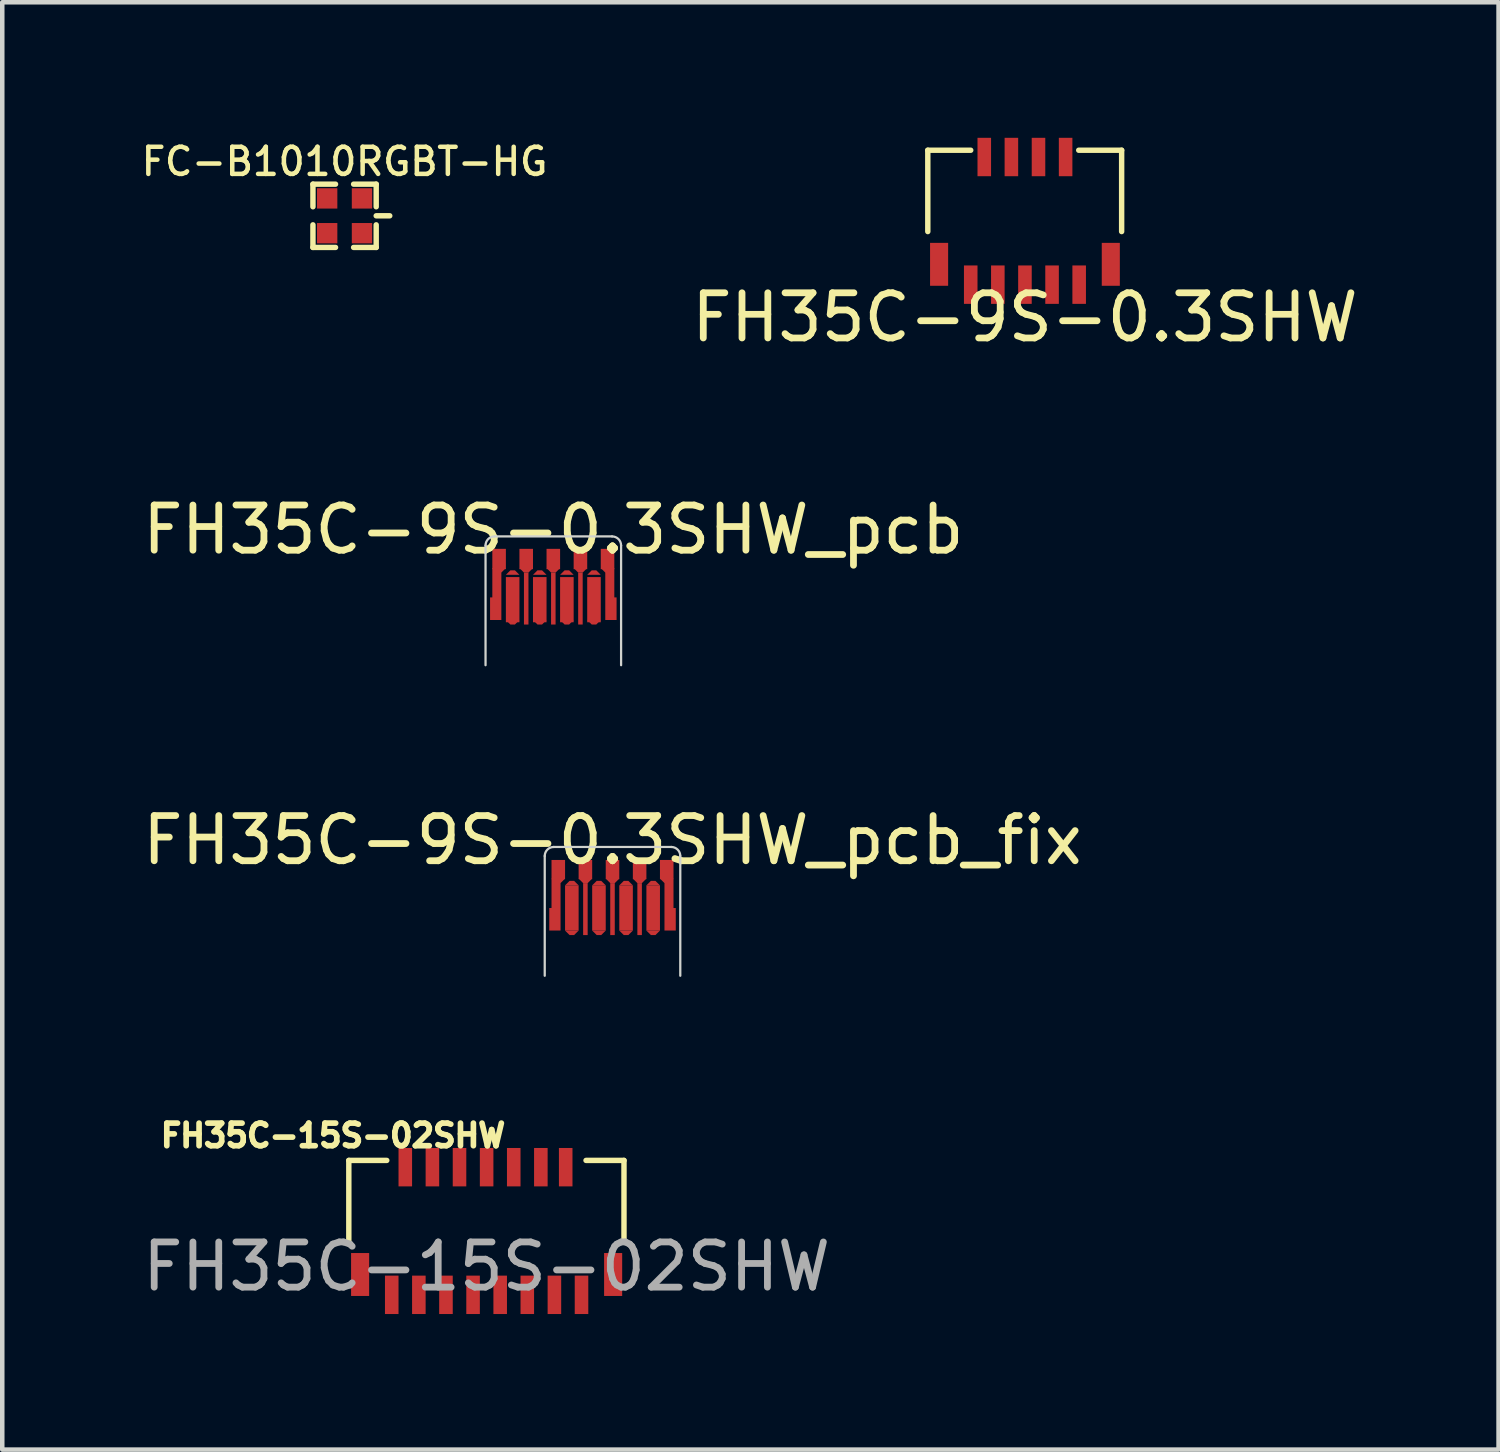
<source format=kicad_pcb>
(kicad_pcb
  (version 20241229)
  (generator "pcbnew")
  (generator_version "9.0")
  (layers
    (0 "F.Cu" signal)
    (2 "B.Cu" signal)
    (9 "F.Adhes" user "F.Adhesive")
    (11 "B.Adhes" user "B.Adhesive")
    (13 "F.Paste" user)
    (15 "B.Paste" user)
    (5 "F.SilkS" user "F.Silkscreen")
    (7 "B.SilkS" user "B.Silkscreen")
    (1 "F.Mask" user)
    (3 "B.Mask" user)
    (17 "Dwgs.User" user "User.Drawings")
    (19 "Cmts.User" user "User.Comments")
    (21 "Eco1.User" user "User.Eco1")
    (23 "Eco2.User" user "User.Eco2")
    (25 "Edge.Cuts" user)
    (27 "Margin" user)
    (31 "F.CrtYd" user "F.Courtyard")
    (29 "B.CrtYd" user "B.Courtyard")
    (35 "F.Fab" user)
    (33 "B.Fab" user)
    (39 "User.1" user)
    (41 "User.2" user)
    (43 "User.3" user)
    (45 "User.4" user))
  (footprint "FH35C-15S-02SHW"
    (layer "F.Cu")
    (at 7.72 24.182)
    (property "Reference" "FH35C-15S-02SHW" (at -3.4 -2.1 0) (unlocked yes) (layer "F.SilkS") (effects (font (size 0.5 0.5) (thickness 0.125))))
    (attr smd)
    (fp_line (start -3.05 -1.55) (end -2.21 -1.55) (stroke (width 0.12) (type solid)) (layer "F.SilkS"))
    (fp_line (start -3.05 0.25) (end -3.05 -1.55) (stroke (width 0.12) (type solid)) (layer "F.SilkS"))
    (fp_line (start 2.2 -1.55) (end 3.04 -1.55) (stroke (width 0.12) (type solid)) (layer "F.SilkS"))
    (fp_line (start 3.04 0.25) (end 3.04 -1.55) (stroke (width 0.12) (type solid)) (layer "F.SilkS"))
    (fp_text user "${REFERENCE}" (at 0 0.8 0) (unlocked yes) (layer "F.Fab") (effects (font (size 1 1) (thickness 0.15))))
    (pad "1" smd rect (at 2.1 1.425) (size 0.3 0.85) (layers "F.Cu" "F.Mask" "F.Paste"))
    (pad "2" smd rect (at 1.75 -1.4) (size 0.3 0.85) (layers "F.Cu" "F.Mask" "F.Paste"))
    (pad "3" smd rect (at 1.5 1.425) (size 0.3 0.85) (layers "F.Cu" "F.Mask" "F.Paste"))
    (pad "4" smd rect (at 1.2 -1.4) (size 0.3 0.85) (layers "F.Cu" "F.Mask" "F.Paste"))
    (pad "5" smd rect (at 0.9 1.425) (size 0.3 0.85) (layers "F.Cu" "F.Mask" "F.Paste"))
    (pad "6" smd rect (at 0.6 -1.4) (size 0.3 0.85) (layers "F.Cu" "F.Mask" "F.Paste"))
    (pad "7" smd rect (at 0.3 1.425) (size 0.3 0.85) (layers "F.Cu" "F.Mask" "F.Paste"))
    (pad "8" smd rect (at 0 -1.4) (size 0.3 0.85) (layers "F.Cu" "F.Mask" "F.Paste"))
    (pad "9" smd rect (at -0.3 1.425) (size 0.3 0.85) (layers "F.Cu" "F.Mask" "F.Paste"))
    (pad "10" smd rect (at -0.6 -1.4) (size 0.3 0.85) (layers "F.Cu" "F.Mask" "F.Paste"))
    (pad "11" smd rect (at -0.9 1.425) (size 0.3 0.85) (layers "F.Cu" "F.Mask" "F.Paste"))
    (pad "12" smd rect (at -1.2 -1.4) (size 0.3 0.85) (layers "F.Cu" "F.Mask" "F.Paste"))
    (pad "13" smd rect (at -1.5 1.425) (size 0.3 0.85) (layers "F.Cu" "F.Mask" "F.Paste"))
    (pad "14" smd rect (at -1.8 -1.4) (size 0.3 0.85) (layers "F.Cu" "F.Mask" "F.Paste"))
    (pad "15" smd rect (at -2.1 1.425) (size 0.3 0.85) (layers "F.Cu" "F.Mask" "F.Paste"))
    (pad "MP" smd rect (at -2.8 0.975) (size 0.4 0.95) (layers "F.Cu" "F.Mask" "F.Paste"))
    (pad "MP" smd rect (at 2.8 0.975) (size 0.4 0.95) (layers "F.Cu" "F.Mask" "F.Paste")))
  (footprint "FH35C-9S-0.3SHW_pcb"
    (layer "F.Cu")
    (at 9.196 8.822)
    (property "Reference" "FH35C-9S-0.3SHW_pcb" (at 0 -0.15 0) (unlocked yes) (layer "F.SilkS") (effects (font (size 1 1) (thickness 0.15))))
    (fp_poly (pts (xy -0.95 0.75) (xy -0.85 0.75) (xy -0.75 0.85) (xy -1.05 0.85)) (stroke (width 0) (type solid)) (fill yes) (layer "F.Cu"))
    (fp_poly (pts (xy -0.85 1.95) (xy -0.95 1.95) (xy -1.05 1.85) (xy -0.75 1.85)) (stroke (width 0) (type solid)) (fill yes) (layer "F.Cu"))
    (fp_poly (pts (xy -0.55 0.8) (xy -0.65 0.8) (xy -0.75 0.7) (xy -0.45 0.7)) (stroke (width 0) (type solid)) (fill yes) (layer "F.Cu"))
    (fp_poly (pts (xy -0.55 1.95) (xy -0.65 1.95) (xy -0.65 0.8) (xy -0.55 0.8)) (stroke (width 0) (type solid)) (fill yes) (layer "F.Cu"))
    (fp_poly (pts (xy -0.35 0.75) (xy -0.25 0.75) (xy -0.15 0.85) (xy -0.45 0.85)) (stroke (width 0) (type solid)) (fill yes) (layer "F.Cu"))
    (fp_poly (pts (xy -0.25 1.95) (xy -0.35 1.95) (xy -0.45 1.85) (xy -0.15 1.85)) (stroke (width 0) (type solid)) (fill yes) (layer "F.Cu"))
    (fp_poly (pts (xy 0.05 0.8) (xy -0.05 0.8) (xy -0.15 0.7) (xy 0.15 0.7)) (stroke (width 0) (type solid)) (fill yes) (layer "F.Cu"))
    (fp_poly (pts (xy 0.05 1.95) (xy -0.05 1.95) (xy -0.05 0.8) (xy 0.05 0.8)) (stroke (width 0) (type solid)) (fill yes) (layer "F.Cu"))
    (fp_poly (pts (xy 0.25 0.75) (xy 0.35 0.75) (xy 0.45 0.85) (xy 0.15 0.85)) (stroke (width 0) (type solid)) (fill yes) (layer "F.Cu"))
    (fp_poly (pts (xy 0.35 1.95) (xy 0.25 1.95) (xy 0.15 1.85) (xy 0.45 1.85)) (stroke (width 0) (type solid)) (fill yes) (layer "F.Cu"))
    (fp_poly (pts (xy 0.65 0.8) (xy 0.55 0.8) (xy 0.45 0.7) (xy 0.75 0.7)) (stroke (width 0) (type solid)) (fill yes) (layer "F.Cu"))
    (fp_poly (pts (xy 0.65 1.95) (xy 0.55 1.95) (xy 0.55 0.8) (xy 0.65 0.8)) (stroke (width 0) (type solid)) (fill yes) (layer "F.Cu"))
    (fp_poly (pts (xy 0.85 0.75) (xy 0.95 0.75) (xy 1.05 0.85) (xy 0.75 0.85)) (stroke (width 0) (type solid)) (fill yes) (layer "F.Cu"))
    (fp_poly (pts (xy 0.95 1.95) (xy 0.85 1.95) (xy 0.75 1.85) (xy 1.05 1.85)) (stroke (width 0) (type solid)) (fill yes) (layer "F.Cu"))
    (fp_poly (pts (xy -1.15 0.8) (xy -1.15 1.85) (xy -1.4 1.85) (xy -1.4 1.35) (xy -1.35 1.35) (xy -1.35 0.7) (xy -1.05 0.7)) (stroke (width 0) (type solid)) (fill yes) (layer "F.Cu"))
    (fp_poly (pts (xy 1.35 1.35) (xy 1.4 1.35) (xy 1.4 1.85) (xy 1.15 1.85) (xy 1.15 0.8) (xy 1.05 0.7) (xy 1.35 0.7)) (stroke (width 0) (type solid)) (fill yes) (layer "F.Cu"))
    (fp_line (start -1.5 2.85) (end -1.5 0.2) (stroke (width 0.05) (type solid)) (layer "Eco1.User"))
    (fp_line (start -1.3 0) (end 1.3 0) (stroke (width 0.05) (type solid)) (layer "Eco1.User"))
    (fp_line (start 1.5 2.85) (end -1.5 2.85) (stroke (width 0.05) (type solid)) (layer "Eco1.User"))
    (fp_line (start 1.5 2.85) (end 1.5 0.2) (stroke (width 0.05) (type solid)) (layer "Eco1.User"))
    (fp_arc (start -1.5 0.2) (mid -1.441421 0.058579) (end -1.3 0) (stroke (width 0.05) (type solid)) (layer "Eco1.User"))
    (fp_arc (start 1.3 0.000001) (mid 1.441421 0.05858) (end 1.5 0.200001) (stroke (width 0.05) (type solid)) (layer "Eco1.User"))
    (fp_line (start -1.5 2.85) (end -1.5 0.2) (stroke (width 0.05) (type solid)) (layer "Edge.Cuts"))
    (fp_line (start -1.3 0) (end 1.3 0) (stroke (width 0.05) (type solid)) (layer "Edge.Cuts"))
    (fp_line (start 1.5 2.85) (end 1.5 0.2) (stroke (width 0.05) (type solid)) (layer "Edge.Cuts"))
    (fp_arc (start -1.5 0.2) (mid -1.441421 0.058579) (end -1.3 0) (stroke (width 0.05) (type solid)) (layer "Edge.Cuts"))
    (fp_arc (start 1.3 0.000001) (mid 1.441421 0.05858) (end 1.5 0.200001) (stroke (width 0.05) (type solid)) (layer "Edge.Cuts"))
    (fp_text user "Stiffener" (at 0 2.15 0) (unlocked yes) (layer "Eco1.User") (effects (font (size 0.3 0.3) (thickness 0.04))))
    (fp_text user "total thickness: 0.2mm" (at 0 2.55 0) (unlocked yes) (layer "Eco1.User") (effects (font (size 0.2 0.1) (thickness 0.02))))
    (pad "1" smd rect (at 1.2 0.5) (size 0.3 0.45) (layers "F.Cu" "F.Mask"))
    (pad "2" smd rect (at 0.9 1.4) (size 0.3 1) (layers "F.Cu" "F.Mask"))
    (pad "3" smd rect (at 0.6 0.5) (size 0.3 0.45) (layers "F.Cu" "F.Mask"))
    (pad "4" smd rect (at 0.3 1.4) (size 0.3 1) (layers "F.Cu" "F.Mask"))
    (pad "5" smd rect (at 0 0.5) (size 0.3 0.45) (layers "F.Cu" "F.Mask"))
    (pad "6" smd rect (at -0.3 1.4) (size 0.3 1) (layers "F.Cu" "F.Mask"))
    (pad "7" smd rect (at -0.6 0.5) (size 0.3 0.45) (layers "F.Cu" "F.Mask"))
    (pad "8" smd rect (at -0.9 1.4) (size 0.3 1) (layers "F.Cu" "F.Mask"))
    (pad "9" smd rect (at -1.2 0.5) (size 0.3 0.45) (layers "F.Cu" "F.Mask"))
    (zone (net_name "") (layer "F.Mask") (hatch edge 0.508) (connect_pads) (min_thickness 0) (filled_areas_thickness no) (fill) (polygon (pts (xy 10.496 8.822) (arc (start 7.896428 8.8215) (mid 7.755007 8.880079) (end 7.696428 9.0215)) (xy 7.696 10.722) (xy 10.696 10.722) (arc (start 10.696428 9.021501) (mid 10.637849 8.88008) (end 10.496428 8.821501)))))
    (zone (net_name "") (layer "User.1") (hatch edge 0.508) (connect_pads) (min_thickness 0) (filled_areas_thickness no) (fill) (polygon (pts (xy 10.496 8.822) (xy 7.896 8.822) (xy 7.857 8.823) (xy 7.784 8.853) (xy 7.728 8.909) (xy 7.698 8.982) (xy 7.696 9.021) (xy 7.696 11.671) (xy 10.696 11.671) (xy 10.696 9.022) (xy 10.695 8.982) (xy 10.665 8.909) (xy 10.609 8.853) (xy 10.536 8.823) (xy 10.496 8.822)))))
  (footprint "FC-B1010RGBT-HG"
    (layer "F.Cu")
    (at 4.576 1.726)
    (property "Reference" "FC-B1010RGBT-HG" (at 0 -1.2 0) (layer "F.SilkS") (effects (font (size 0.6 0.6) (thickness 0.1))))
    (attr smd)
    (fp_line (start -0.7 -0.7) (end -0.2 -0.7) (stroke (width 0.12) (type solid)) (layer "F.SilkS"))
    (fp_line (start -0.7 -0.2) (end -0.7 -0.7) (stroke (width 0.12) (type solid)) (layer "F.SilkS"))
    (fp_line (start -0.7 0.7) (end -0.7 0.2) (stroke (width 0.12) (type solid)) (layer "F.SilkS"))
    (fp_line (start -0.2 0.7) (end -0.7 0.7) (stroke (width 0.12) (type solid)) (layer "F.SilkS"))
    (fp_line (start 0.2 -0.7) (end 0.7 -0.7) (stroke (width 0.12) (type solid)) (layer "F.SilkS"))
    (fp_line (start 0.7 -0.7) (end 0.7 -0.2) (stroke (width 0.12) (type solid)) (layer "F.SilkS"))
    (fp_line (start 0.7 0) (end 1 0) (stroke (width 0.12) (type solid)) (layer "F.SilkS"))
    (fp_line (start 0.7 0.2) (end 0.7 0.7) (stroke (width 0.12) (type solid)) (layer "F.SilkS"))
    (fp_line (start 0.7 0.7) (end 0.2 0.7) (stroke (width 0.12) (type solid)) (layer "F.SilkS"))
    (pad "1" smd rect (at 0.385 -0.385) (size 0.45 0.45) (layers "F.Cu" "F.Mask" "F.Paste"))
    (pad "2" smd rect (at 0.385 0.385) (size 0.45 0.45) (layers "F.Cu" "F.Mask" "F.Paste"))
    (pad "3" smd rect (at -0.385 0.385) (size 0.45 0.45) (layers "F.Cu" "F.Mask" "F.Paste"))
    (pad "4" smd rect (at -0.385 -0.385) (size 0.45 0.45) (layers "F.Cu" "F.Mask" "F.Paste")))
  (footprint "FH35C-9S-0.3SHW"
    (layer "F.Cu")
    (at 19.634 3.475)
    (property "Reference" "FH35C-9S-0.3SHW" (at 0 0.5 0) (layer "F.SilkS") (effects (font (size 1 1) (thickness 0.15))))
    (attr through_hole)
    (fp_line (start -2.15 -3.2) (end -1.2 -3.2) (stroke (width 0.12) (type solid)) (layer "F.SilkS"))
    (fp_line (start -2.15 -1.4) (end -2.15 -3.2) (stroke (width 0.12) (type solid)) (layer "F.SilkS"))
    (fp_line (start 1.19 -3.2) (end 2.14 -3.2) (stroke (width 0.12) (type solid)) (layer "F.SilkS"))
    (fp_line (start 2.14 -1.4) (end 2.14 -3.2) (stroke (width 0.12) (type solid)) (layer "F.SilkS"))
    (pad "1" smd rect (at 1.2 -0.225) (size 0.3 0.85) (layers "F.Cu" "F.Mask" "F.Paste"))
    (pad "2" smd rect (at 0.9 -3.05) (size 0.3 0.85) (layers "F.Cu" "F.Mask" "F.Paste"))
    (pad "3" smd rect (at 0.6 -0.225) (size 0.3 0.85) (layers "F.Cu" "F.Mask" "F.Paste"))
    (pad "4" smd rect (at 0.3 -3.05) (size 0.3 0.85) (layers "F.Cu" "F.Mask" "F.Paste"))
    (pad "5" smd rect (at 0 -0.225) (size 0.3 0.85) (layers "F.Cu" "F.Mask" "F.Paste"))
    (pad "6" smd rect (at -0.3 -3.05) (size 0.3 0.85) (layers "F.Cu" "F.Mask" "F.Paste"))
    (pad "7" smd rect (at -0.6 -0.225) (size 0.3 0.85) (layers "F.Cu" "F.Mask" "F.Paste"))
    (pad "8" smd rect (at -0.9 -3.05) (size 0.3 0.85) (layers "F.Cu" "F.Mask" "F.Paste"))
    (pad "9" smd rect (at -1.2 -0.225) (size 0.3 0.85) (layers "F.Cu" "F.Mask" "F.Paste"))
    (pad "MP" smd rect (at -1.9 -0.675) (size 0.4 0.95) (layers "F.Cu" "F.Mask" "F.Paste"))
    (pad "MP" smd rect (at 1.9 -0.675) (size 0.4 0.95) (layers "F.Cu" "F.Mask" "F.Paste")))
  (footprint "FH35C-9S-0.3SHW_pcb_fix"
    (layer "F.Cu")
    (at 10.506 15.695)
    (property "Reference" "FH35C-9S-0.3SHW_pcb_fix" (at 0 -0.15 0) (unlocked yes) (layer "F.SilkS") (effects (font (size 1 1) (thickness 0.15))))
    (fp_poly (pts (xy -0.95 0.75) (xy -0.85 0.75) (xy -0.75 0.85) (xy -1.05 0.85)) (stroke (width 0) (type solid)) (fill yes) (layer "F.Cu"))
    (fp_poly (pts (xy -0.85 1.95) (xy -0.95 1.95) (xy -1.05 1.85) (xy -0.75 1.85)) (stroke (width 0) (type solid)) (fill yes) (layer "F.Cu"))
    (fp_poly (pts (xy -0.55 0.8) (xy -0.65 0.8) (xy -0.75 0.7) (xy -0.45 0.7)) (stroke (width 0) (type solid)) (fill yes) (layer "F.Cu"))
    (fp_poly (pts (xy -0.55 1.95) (xy -0.65 1.95) (xy -0.65 0.8) (xy -0.55 0.8)) (stroke (width 0) (type solid)) (fill yes) (layer "F.Cu"))
    (fp_poly (pts (xy -0.35 0.75) (xy -0.25 0.75) (xy -0.15 0.85) (xy -0.45 0.85)) (stroke (width 0) (type solid)) (fill yes) (layer "F.Cu"))
    (fp_poly (pts (xy -0.25 1.95) (xy -0.35 1.95) (xy -0.45 1.85) (xy -0.15 1.85)) (stroke (width 0) (type solid)) (fill yes) (layer "F.Cu"))
    (fp_poly (pts (xy 0.05 0.8) (xy -0.05 0.8) (xy -0.15 0.7) (xy 0.15 0.7)) (stroke (width 0) (type solid)) (fill yes) (layer "F.Cu"))
    (fp_poly (pts (xy 0.05 1.95) (xy -0.05 1.95) (xy -0.05 0.8) (xy 0.05 0.8)) (stroke (width 0) (type solid)) (fill yes) (layer "F.Cu"))
    (fp_poly (pts (xy 0.25 0.75) (xy 0.35 0.75) (xy 0.45 0.85) (xy 0.15 0.85)) (stroke (width 0) (type solid)) (fill yes) (layer "F.Cu"))
    (fp_poly (pts (xy 0.35 1.95) (xy 0.25 1.95) (xy 0.15 1.85) (xy 0.45 1.85)) (stroke (width 0) (type solid)) (fill yes) (layer "F.Cu"))
    (fp_poly (pts (xy 0.65 0.8) (xy 0.55 0.8) (xy 0.45 0.7) (xy 0.75 0.7)) (stroke (width 0) (type solid)) (fill yes) (layer "F.Cu"))
    (fp_poly (pts (xy 0.65 1.95) (xy 0.55 1.95) (xy 0.55 0.8) (xy 0.65 0.8)) (stroke (width 0) (type solid)) (fill yes) (layer "F.Cu"))
    (fp_poly (pts (xy 0.85 0.75) (xy 0.95 0.75) (xy 1.05 0.85) (xy 0.75 0.85)) (stroke (width 0) (type solid)) (fill yes) (layer "F.Cu"))
    (fp_poly (pts (xy 0.95 1.95) (xy 0.85 1.95) (xy 0.75 1.85) (xy 1.05 1.85)) (stroke (width 0) (type solid)) (fill yes) (layer "F.Cu"))
    (fp_poly (pts (xy -1.15 0.8) (xy -1.15 1.85) (xy -1.4 1.85) (xy -1.4 1.35) (xy -1.35 1.35) (xy -1.35 0.7) (xy -1.05 0.7)) (stroke (width 0) (type solid)) (fill yes) (layer "F.Cu"))
    (fp_poly (pts (xy 1.35 1.35) (xy 1.4 1.35) (xy 1.4 1.85) (xy 1.15 1.85) (xy 1.15 0.8) (xy 1.05 0.7) (xy 1.35 0.7)) (stroke (width 0) (type solid)) (fill yes) (layer "F.Cu"))
    (fp_line (start -1.5 2.85) (end -1.5 0.2) (stroke (width 0.05) (type solid)) (layer "Eco1.User"))
    (fp_line (start -1.3 0) (end 1.3 0) (stroke (width 0.05) (type solid)) (layer "Eco1.User"))
    (fp_line (start 1.5 2.85) (end -1.5 2.85) (stroke (width 0.05) (type solid)) (layer "Eco1.User"))
    (fp_line (start 1.5 2.85) (end 1.5 0.2) (stroke (width 0.05) (type solid)) (layer "Eco1.User"))
    (fp_arc (start -1.5 0.2) (mid -1.441421 0.058579) (end -1.3 0) (stroke (width 0.05) (type solid)) (layer "Eco1.User"))
    (fp_arc (start 1.3 0.000001) (mid 1.441421 0.05858) (end 1.5 0.200001) (stroke (width 0.05) (type solid)) (layer "Eco1.User"))
    (fp_line (start -1.5 2.85) (end -1.5 0.2) (stroke (width 0.05) (type solid)) (layer "Edge.Cuts"))
    (fp_line (start -1.3 0) (end 1.3 0) (stroke (width 0.05) (type solid)) (layer "Edge.Cuts"))
    (fp_line (start 1.5 2.85) (end 1.5 0.2) (stroke (width 0.05) (type solid)) (layer "Edge.Cuts"))
    (fp_arc (start -1.5 0.2) (mid -1.441421 0.058579) (end -1.3 0) (stroke (width 0.05) (type solid)) (layer "Edge.Cuts"))
    (fp_arc (start 1.3 0.000001) (mid 1.441421 0.05858) (end 1.5 0.200001) (stroke (width 0.05) (type solid)) (layer "Edge.Cuts"))
    (fp_text user "Stiffener" (at 0 2.15 0) (unlocked yes) (layer "Eco1.User") (effects (font (size 0.3 0.3) (thickness 0.04))))
    (fp_text user "total thickness: 0.2mm" (at 0 2.55 0) (unlocked yes) (layer "Eco1.User") (effects (font (size 0.2 0.1) (thickness 0.02))))
    (pad "1" smd rect (at 1.2 0.5) (size 0.3 0.425) (layers "F.Cu" "F.Mask"))
    (pad "2" smd rect (at 0.9 1.35) (size 0.3 1) (layers "F.Cu" "F.Mask"))
    (pad "3" smd rect (at 0.6 0.5) (size 0.3 0.425) (layers "F.Cu" "F.Mask"))
    (pad "4" smd rect (at 0.3 1.35) (size 0.3 1) (layers "F.Cu" "F.Mask"))
    (pad "5" smd rect (at 0 0.5) (size 0.3 0.425) (layers "F.Cu" "F.Mask"))
    (pad "6" smd rect (at -0.3 1.35) (size 0.3 1) (layers "F.Cu" "F.Mask"))
    (pad "7" smd rect (at -0.6 0.5) (size 0.3 0.425) (layers "F.Cu" "F.Mask"))
    (pad "8" smd rect (at -0.9 1.35) (size 0.3 1) (layers "F.Cu" "F.Mask"))
    (pad "9" smd rect (at -1.2 0.5) (size 0.3 0.425) (layers "F.Cu" "F.Mask"))
    (zone (net_name "") (layer "F.Mask") (hatch edge 0.508) (connect_pads) (min_thickness 0) (filled_areas_thickness no) (fill) (polygon (pts (xy 11.806 15.695) (arc (start 9.205952 15.69475) (mid 9.064531 15.753329) (end 9.005952 15.89475)) (xy 9.006 17.595) (xy 12.006 17.595) (arc (start 12.005952 15.894751) (mid 11.947373 15.75333) (end 11.805952 15.694751)))))
    (zone (net_name "") (layer "User.1") (hatch edge 0.508) (connect_pads) (min_thickness 0) (filled_areas_thickness no) (fill) (polygon (pts (xy 11.806 15.695) (xy 9.206 15.695) (xy 9.167 15.696) (xy 9.094 15.727) (xy 9.038 15.782) (xy 9.008 15.855) (xy 9.006 15.895) (xy 9.006 18.545) (xy 12.006 18.545) (xy 12.006 15.895) (xy 12.004 15.855) (xy 11.974 15.782) (xy 11.918 15.727) (xy 11.845 15.696) (xy 11.806 15.695)))))
  (gr_rect
    (start -3 -3)
    (end 30.116 29.032)
    (stroke (width 0.1) (type default))
    (fill no)
    (layer "Edge.Cuts")))
</source>
